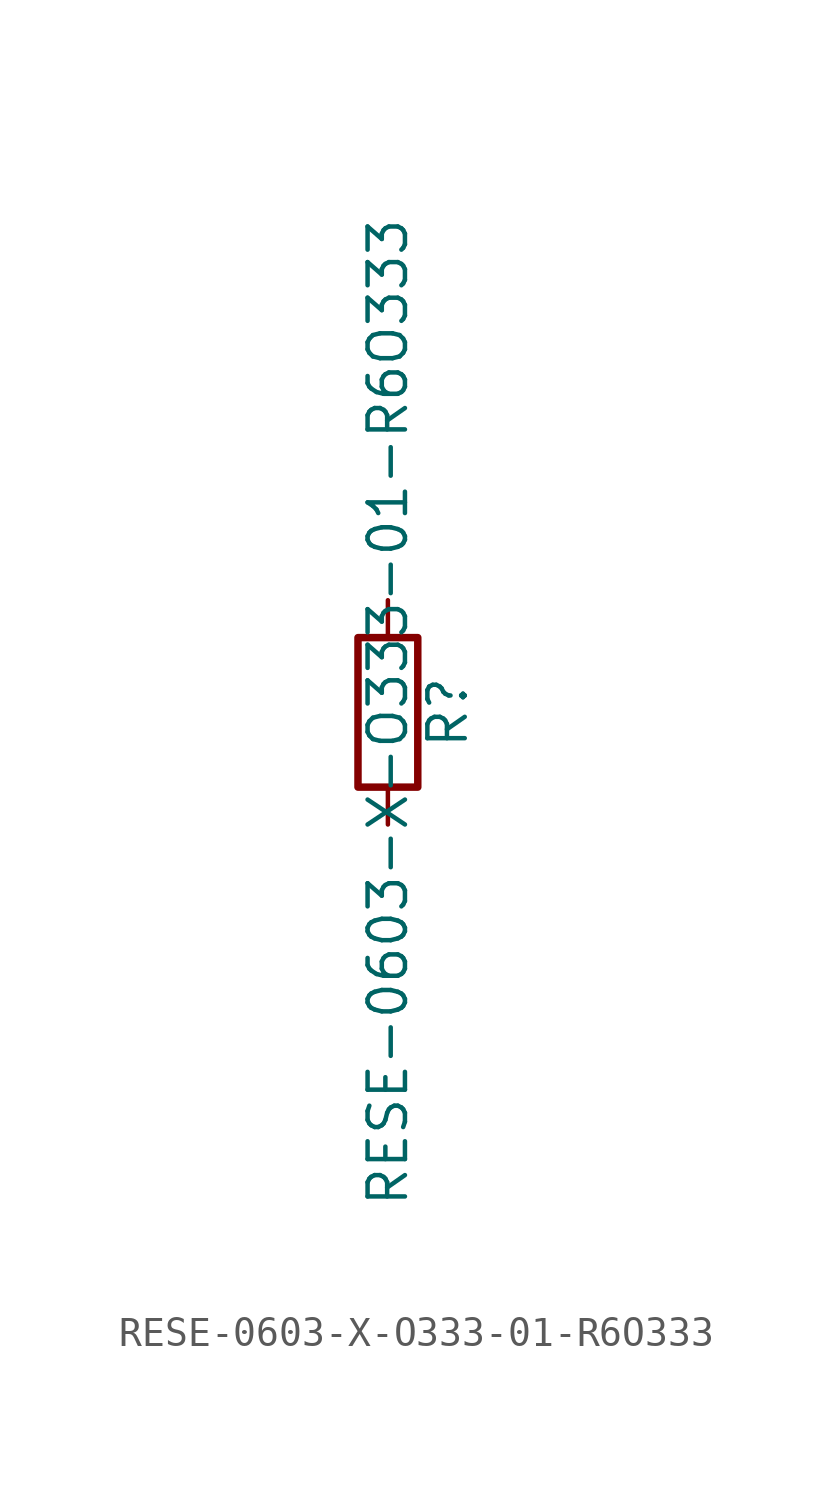
<source format=kicad_sym>
(kicad_symbol_lib
  (version 20211014)
  (generator kicad_symbol_editor)
  (symbol "RESE-0603-X-O333-01-R6O333"
    (pin_numbers hide)
    (pin_names
      (offset 0))
    (property "Reference" "R"
      (at 2.032 0 90)
      (effects (font (size 1.27 1.27))))
    (property "Value" "RESE-0603-X-O333-01-R6O333"
      (at 0 0 90)
      (effects (font (size 1.27 1.27))))
    (symbol "RESE-0603-X-O333-01-R6O333_0_1"
      (rectangle (start -1.016 -2.54) (end 1.016 2.54) (stroke (width 0.254) (type default) (color 0 0 0 0)) (fill (type none))))
    (symbol "RESE-0603-X-O333-01-R6O333_1_1"
      (pin passive line (at 0 3.81 270) (length 1.27) (name "~" (effects (font (size 1.27 1.27)))) (number "1" (effects (font (size 1.27 1.27)))))
      (pin passive line (at 0 -3.81 90) (length 1.27) (name "~" (effects (font (size 1.27 1.27)))) (number "2" (effects (font (size 1.27 1.27))))))))
</source>
